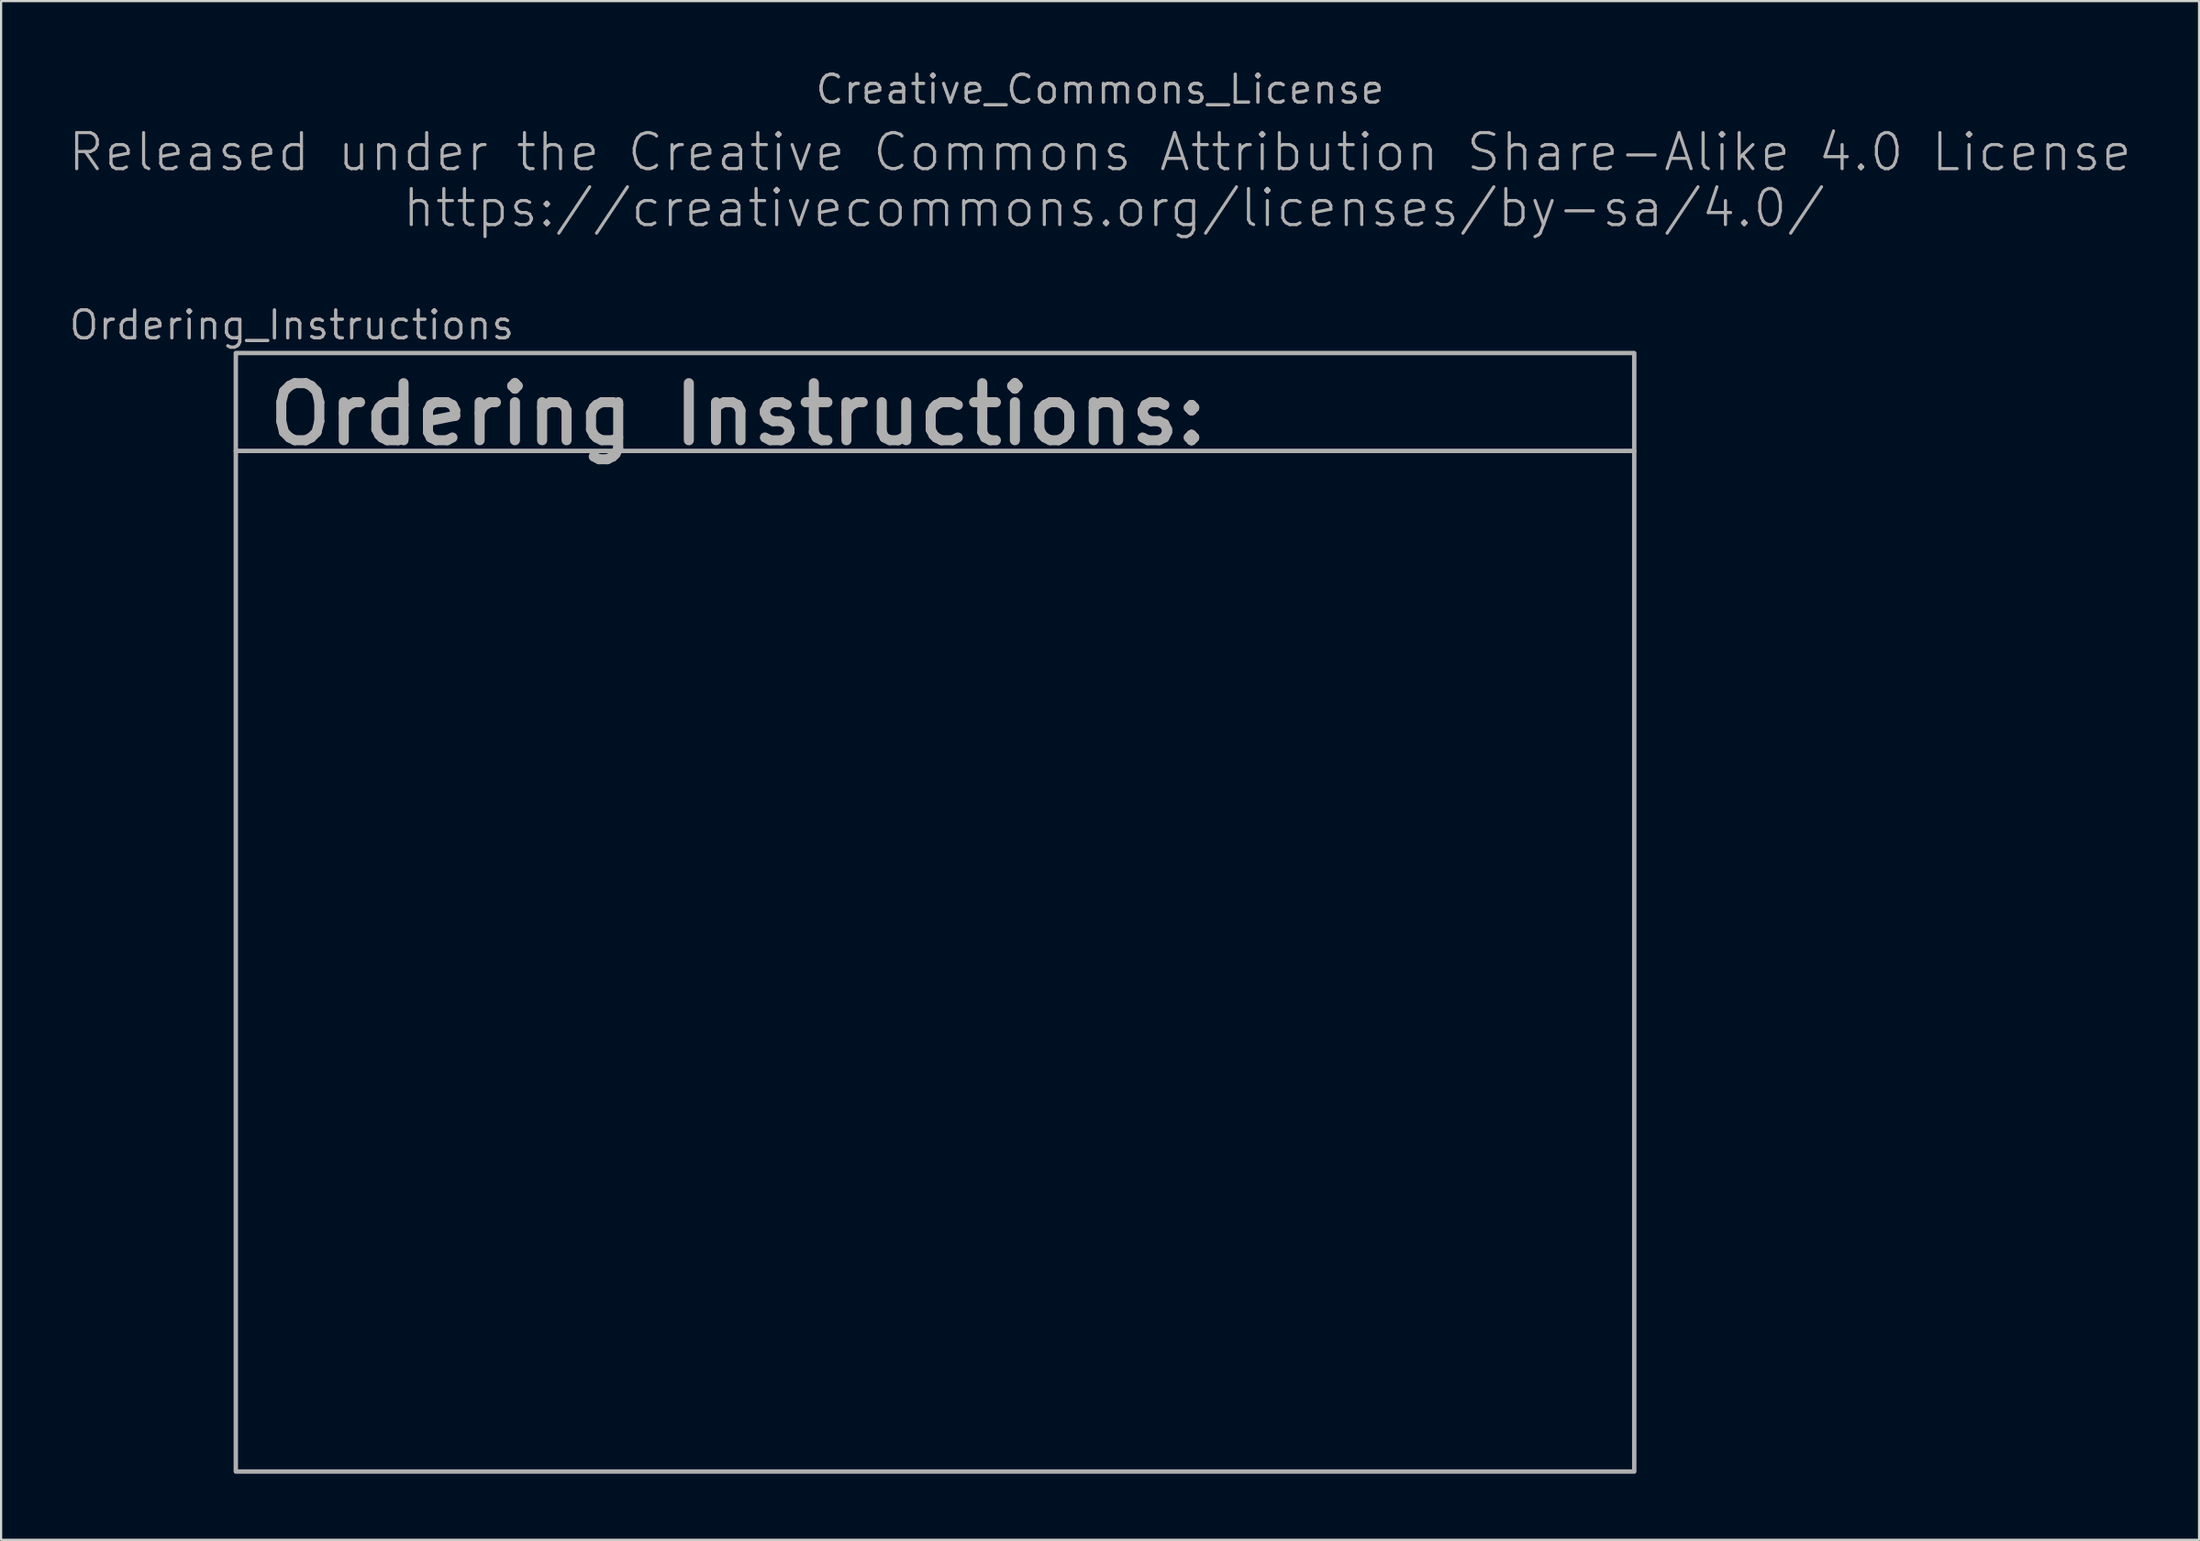
<source format=kicad_pcb>
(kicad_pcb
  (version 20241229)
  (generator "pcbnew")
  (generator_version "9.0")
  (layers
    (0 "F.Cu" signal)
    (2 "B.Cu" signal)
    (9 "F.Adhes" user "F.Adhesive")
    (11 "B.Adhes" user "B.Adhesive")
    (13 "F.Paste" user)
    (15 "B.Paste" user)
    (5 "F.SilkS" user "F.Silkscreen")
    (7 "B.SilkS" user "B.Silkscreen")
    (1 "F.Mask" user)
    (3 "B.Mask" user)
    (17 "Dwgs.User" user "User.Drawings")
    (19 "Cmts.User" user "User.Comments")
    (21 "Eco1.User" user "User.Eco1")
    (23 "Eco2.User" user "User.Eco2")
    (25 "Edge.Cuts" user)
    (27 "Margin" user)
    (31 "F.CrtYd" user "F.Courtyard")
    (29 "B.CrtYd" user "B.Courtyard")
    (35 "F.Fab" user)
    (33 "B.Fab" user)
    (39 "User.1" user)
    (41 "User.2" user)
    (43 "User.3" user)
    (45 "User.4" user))
  (footprint "Ordering_Instructions"
    (layer "F.Cu")
    (at 7.658 12.983)
    (property "Reference" "Ordering_Instructions" (at 2.54 -1.27 0) (layer "F.Fab") (effects (font (size 1.27 1.27) (thickness 0.15))))
    (fp_line (start 0 4.445) (end 63.5 4.445) (stroke (width 0.203) (type solid)) (layer "F.Fab"))
    (fp_rect (start 0 0) (end 63.5 50.8) (stroke (width 0.2) (type default)) (fill no) (layer "F.Fab"))
    (fp_text user "Ordering Instructions:" (at 1.27 1.27 0) (layer "F.Fab") (effects (font (size 2.591 2.591) (thickness 0.457)) (justify left top))))
  (footprint "Creative_Commons_License"
    (layer "F.Cu")
    (at 46.903 6.086)
    (property "Reference" "Creative_Commons_License" (at 0 -5.08 0) (layer "F.Fab") (effects (font (size 1.27 1.27) (thickness 0.15))))
    (attr exclude_from_pos_files exclude_from_bom)
    (fp_text user " https://creativecommons.org/licenses/by-sa/4.0/" (at 0 1.27 0) (layer "F.Fab") (effects (font (size 1.636 1.636) (thickness 0.142)) (justify bottom)))
    (fp_text user "Released under the Creative Commons Attribution Share-Alike 4.0 License" (at 0 -1.27 0) (layer "F.Fab") (effects (font (size 1.636 1.636) (thickness 0.142)) (justify bottom))))
  (gr_rect
    (start -3 -3)
    (end 96.805 66.883)
    (stroke (width 0.1) (type default))
    (fill no)
    (layer "Edge.Cuts")))
</source>
